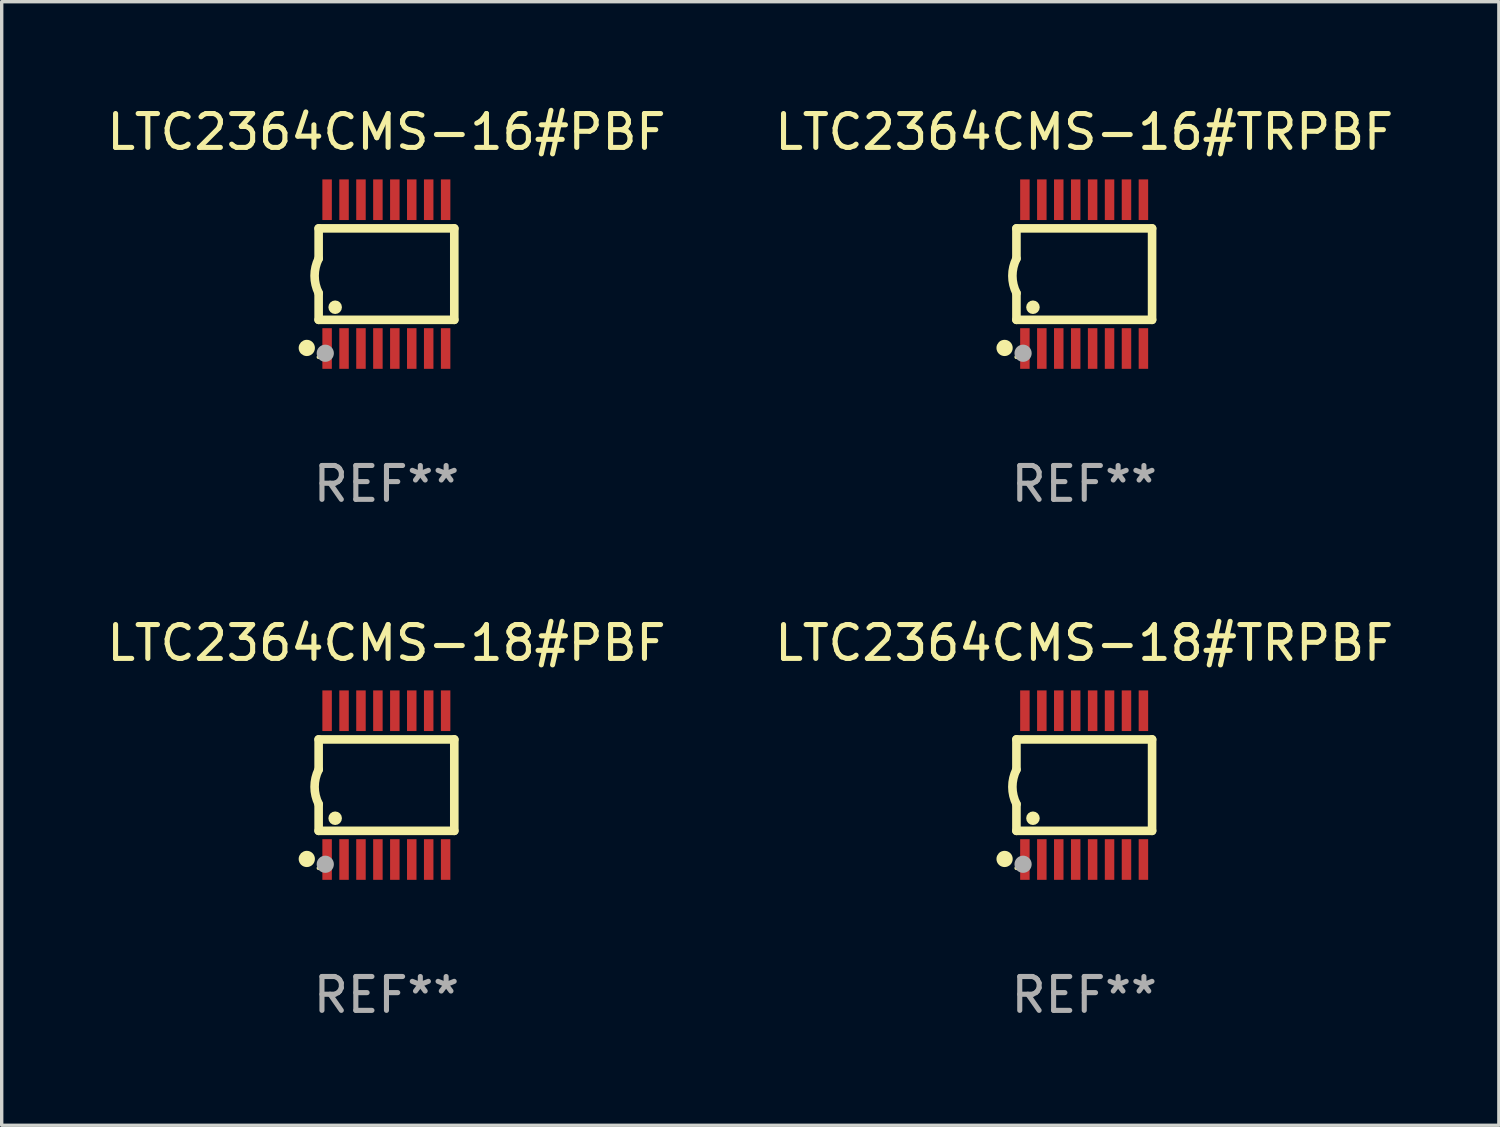
<source format=kicad_pcb>
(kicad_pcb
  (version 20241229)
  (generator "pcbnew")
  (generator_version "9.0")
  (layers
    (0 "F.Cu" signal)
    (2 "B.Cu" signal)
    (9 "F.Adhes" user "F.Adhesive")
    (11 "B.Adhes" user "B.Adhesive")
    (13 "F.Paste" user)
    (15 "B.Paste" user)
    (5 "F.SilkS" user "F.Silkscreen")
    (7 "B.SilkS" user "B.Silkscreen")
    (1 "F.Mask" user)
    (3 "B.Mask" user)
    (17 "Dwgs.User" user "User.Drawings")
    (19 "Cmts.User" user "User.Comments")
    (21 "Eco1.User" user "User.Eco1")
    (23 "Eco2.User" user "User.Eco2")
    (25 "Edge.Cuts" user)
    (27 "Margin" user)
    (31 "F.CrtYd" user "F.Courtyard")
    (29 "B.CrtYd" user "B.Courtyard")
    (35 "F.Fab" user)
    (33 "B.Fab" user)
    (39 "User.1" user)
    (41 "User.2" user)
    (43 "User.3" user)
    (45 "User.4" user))
  (footprint "LTC2364CMS-18#PBF"
    (layer "F.Cu")
    (at 8.363 20.136)
    (property "Reference" "LTC2364CMS-18#PBF" (at 0 -4.197 0) (layer "F.SilkS") (effects (font (size 1 1) (thickness 0.15))))
    (attr through_hole)
    (fp_line (start -2.003 -1.35) (end -2.003 -0.457) (stroke (width 0.254) (type solid)) (layer "F.SilkS"))
    (fp_line (start -2.003 -1.35) (end 2.003 -1.35) (stroke (width 0.254) (type solid)) (layer "F.SilkS"))
    (fp_line (start -2.003 1.35) (end -2.003 0.559) (stroke (width 0.254) (type solid)) (layer "F.SilkS"))
    (fp_line (start -2.003 1.35) (end 2.003 1.35) (stroke (width 0.254) (type solid)) (layer "F.SilkS"))
    (fp_line (start 2.003 -1.35) (end 2.003 1.35) (stroke (width 0.254) (type solid)) (layer "F.SilkS"))
    (fp_arc (start -2.002286 0.558802) (mid -2.122556 0.05092) (end -2.003302 -0.457201) (stroke (width 0.254001) (type solid)) (layer "F.SilkS"))
    (fp_circle (center -2.353 2.18) (end -2.233 2.18) (stroke (width 0.24) (type solid)) (fill no) (layer "F.SilkS"))
    (fp_circle (center -2.003 2.45) (end -1.973 2.45) (stroke (width 0.06) (type solid)) (fill no) (layer "F.SilkS"))
    (fp_circle (center -1.515 0.978) (end -1.415 0.978) (stroke (width 0.2) (type solid)) (fill no) (layer "F.SilkS"))
    (fp_circle (center -1.807 2.337) (end -1.68 2.337) (stroke (width 0.254) (type solid)) (fill no) (layer "F.Fab"))
    (fp_text user "REF**" (at 0 6.197 0) (layer "F.Fab") (effects (font (size 1 1) (thickness 0.15))))
    (pad "1" smd rect (at -1.753 2.197 90) (size 1.2 0.28) (layers "F.Cu" "F.Mask" "F.Paste"))
    (pad "2" smd rect (at -1.253 2.197 90) (size 1.2 0.28) (layers "F.Cu" "F.Mask" "F.Paste"))
    (pad "3" smd rect (at -0.753 2.197 90) (size 1.2 0.28) (layers "F.Cu" "F.Mask" "F.Paste"))
    (pad "4" smd rect (at -0.253 2.197 90) (size 1.2 0.28) (layers "F.Cu" "F.Mask" "F.Paste"))
    (pad "5" smd rect (at 0.247 2.197 90) (size 1.2 0.28) (layers "F.Cu" "F.Mask" "F.Paste"))
    (pad "6" smd rect (at 0.747 2.197 90) (size 1.2 0.28) (layers "F.Cu" "F.Mask" "F.Paste"))
    (pad "7" smd rect (at 1.247 2.197 90) (size 1.2 0.28) (layers "F.Cu" "F.Mask" "F.Paste"))
    (pad "8" smd rect (at 1.747 2.197 90) (size 1.2 0.28) (layers "F.Cu" "F.Mask" "F.Paste"))
    (pad "9" smd rect (at 1.747 -2.197 90) (size 1.2 0.28) (layers "F.Cu" "F.Mask" "F.Paste"))
    (pad "10" smd rect (at 1.247 -2.197 90) (size 1.2 0.28) (layers "F.Cu" "F.Mask" "F.Paste"))
    (pad "11" smd rect (at 0.747 -2.197 90) (size 1.2 0.28) (layers "F.Cu" "F.Mask" "F.Paste"))
    (pad "12" smd rect (at 0.247 -2.197 90) (size 1.2 0.28) (layers "F.Cu" "F.Mask" "F.Paste"))
    (pad "13" smd rect (at -0.253 -2.197 90) (size 1.2 0.28) (layers "F.Cu" "F.Mask" "F.Paste"))
    (pad "14" smd rect (at -0.753 -2.197 90) (size 1.2 0.28) (layers "F.Cu" "F.Mask" "F.Paste"))
    (pad "15" smd rect (at -1.253 -2.197 90) (size 1.2 0.28) (layers "F.Cu" "F.Mask" "F.Paste"))
    (pad "16" smd rect (at -1.753 -2.197 90) (size 1.2 0.28) (layers "F.Cu" "F.Mask" "F.Paste")))
  (footprint "LTC2364CMS-16#PBF"
    (layer "F.Cu")
    (at 8.363 5.045)
    (property "Reference" "LTC2364CMS-16#PBF" (at 0 -4.197 0) (layer "F.SilkS") (effects (font (size 1 1) (thickness 0.15))))
    (attr through_hole)
    (fp_line (start -2.003 -1.35) (end -2.003 -0.457) (stroke (width 0.254) (type solid)) (layer "F.SilkS"))
    (fp_line (start -2.003 -1.35) (end 2.003 -1.35) (stroke (width 0.254) (type solid)) (layer "F.SilkS"))
    (fp_line (start -2.003 1.35) (end -2.003 0.559) (stroke (width 0.254) (type solid)) (layer "F.SilkS"))
    (fp_line (start -2.003 1.35) (end 2.003 1.35) (stroke (width 0.254) (type solid)) (layer "F.SilkS"))
    (fp_line (start 2.003 -1.35) (end 2.003 1.35) (stroke (width 0.254) (type solid)) (layer "F.SilkS"))
    (fp_arc (start -2.002286 0.558802) (mid -2.122556 0.05092) (end -2.003302 -0.457201) (stroke (width 0.254001) (type solid)) (layer "F.SilkS"))
    (fp_circle (center -2.353 2.18) (end -2.233 2.18) (stroke (width 0.24) (type solid)) (fill no) (layer "F.SilkS"))
    (fp_circle (center -2.003 2.45) (end -1.973 2.45) (stroke (width 0.06) (type solid)) (fill no) (layer "F.SilkS"))
    (fp_circle (center -1.515 0.978) (end -1.415 0.978) (stroke (width 0.2) (type solid)) (fill no) (layer "F.SilkS"))
    (fp_circle (center -1.807 2.337) (end -1.68 2.337) (stroke (width 0.254) (type solid)) (fill no) (layer "F.Fab"))
    (fp_text user "REF**" (at 0 6.197 0) (layer "F.Fab") (effects (font (size 1 1) (thickness 0.15))))
    (pad "1" smd rect (at -1.753 2.197 90) (size 1.2 0.28) (layers "F.Cu" "F.Mask" "F.Paste"))
    (pad "2" smd rect (at -1.253 2.197 90) (size 1.2 0.28) (layers "F.Cu" "F.Mask" "F.Paste"))
    (pad "3" smd rect (at -0.753 2.197 90) (size 1.2 0.28) (layers "F.Cu" "F.Mask" "F.Paste"))
    (pad "4" smd rect (at -0.253 2.197 90) (size 1.2 0.28) (layers "F.Cu" "F.Mask" "F.Paste"))
    (pad "5" smd rect (at 0.247 2.197 90) (size 1.2 0.28) (layers "F.Cu" "F.Mask" "F.Paste"))
    (pad "6" smd rect (at 0.747 2.197 90) (size 1.2 0.28) (layers "F.Cu" "F.Mask" "F.Paste"))
    (pad "7" smd rect (at 1.247 2.197 90) (size 1.2 0.28) (layers "F.Cu" "F.Mask" "F.Paste"))
    (pad "8" smd rect (at 1.747 2.197 90) (size 1.2 0.28) (layers "F.Cu" "F.Mask" "F.Paste"))
    (pad "9" smd rect (at 1.747 -2.197 90) (size 1.2 0.28) (layers "F.Cu" "F.Mask" "F.Paste"))
    (pad "10" smd rect (at 1.247 -2.197 90) (size 1.2 0.28) (layers "F.Cu" "F.Mask" "F.Paste"))
    (pad "11" smd rect (at 0.747 -2.197 90) (size 1.2 0.28) (layers "F.Cu" "F.Mask" "F.Paste"))
    (pad "12" smd rect (at 0.247 -2.197 90) (size 1.2 0.28) (layers "F.Cu" "F.Mask" "F.Paste"))
    (pad "13" smd rect (at -0.253 -2.197 90) (size 1.2 0.28) (layers "F.Cu" "F.Mask" "F.Paste"))
    (pad "14" smd rect (at -0.753 -2.197 90) (size 1.2 0.28) (layers "F.Cu" "F.Mask" "F.Paste"))
    (pad "15" smd rect (at -1.253 -2.197 90) (size 1.2 0.28) (layers "F.Cu" "F.Mask" "F.Paste"))
    (pad "16" smd rect (at -1.753 -2.197 90) (size 1.2 0.28) (layers "F.Cu" "F.Mask" "F.Paste")))
  (footprint "LTC2364CMS-18#TRPBF"
    (layer "F.Cu")
    (at 28.97 20.136)
    (property "Reference" "LTC2364CMS-18#TRPBF" (at 0 -4.197 0) (layer "F.SilkS") (effects (font (size 1 1) (thickness 0.15))))
    (attr through_hole)
    (fp_line (start -2.003 -1.35) (end -2.003 -0.457) (stroke (width 0.254) (type solid)) (layer "F.SilkS"))
    (fp_line (start -2.003 -1.35) (end 2.003 -1.35) (stroke (width 0.254) (type solid)) (layer "F.SilkS"))
    (fp_line (start -2.003 1.35) (end -2.003 0.559) (stroke (width 0.254) (type solid)) (layer "F.SilkS"))
    (fp_line (start -2.003 1.35) (end 2.003 1.35) (stroke (width 0.254) (type solid)) (layer "F.SilkS"))
    (fp_line (start 2.003 -1.35) (end 2.003 1.35) (stroke (width 0.254) (type solid)) (layer "F.SilkS"))
    (fp_arc (start -2.002286 0.558802) (mid -2.122556 0.05092) (end -2.003302 -0.457201) (stroke (width 0.254001) (type solid)) (layer "F.SilkS"))
    (fp_circle (center -2.353 2.18) (end -2.233 2.18) (stroke (width 0.24) (type solid)) (fill no) (layer "F.SilkS"))
    (fp_circle (center -2.003 2.45) (end -1.973 2.45) (stroke (width 0.06) (type solid)) (fill no) (layer "F.SilkS"))
    (fp_circle (center -1.515 0.978) (end -1.415 0.978) (stroke (width 0.2) (type solid)) (fill no) (layer "F.SilkS"))
    (fp_circle (center -1.807 2.337) (end -1.68 2.337) (stroke (width 0.254) (type solid)) (fill no) (layer "F.Fab"))
    (fp_text user "REF**" (at 0 6.197 0) (layer "F.Fab") (effects (font (size 1 1) (thickness 0.15))))
    (pad "1" smd rect (at -1.753 2.197 90) (size 1.2 0.28) (layers "F.Cu" "F.Mask" "F.Paste"))
    (pad "2" smd rect (at -1.253 2.197 90) (size 1.2 0.28) (layers "F.Cu" "F.Mask" "F.Paste"))
    (pad "3" smd rect (at -0.753 2.197 90) (size 1.2 0.28) (layers "F.Cu" "F.Mask" "F.Paste"))
    (pad "4" smd rect (at -0.253 2.197 90) (size 1.2 0.28) (layers "F.Cu" "F.Mask" "F.Paste"))
    (pad "5" smd rect (at 0.247 2.197 90) (size 1.2 0.28) (layers "F.Cu" "F.Mask" "F.Paste"))
    (pad "6" smd rect (at 0.747 2.197 90) (size 1.2 0.28) (layers "F.Cu" "F.Mask" "F.Paste"))
    (pad "7" smd rect (at 1.247 2.197 90) (size 1.2 0.28) (layers "F.Cu" "F.Mask" "F.Paste"))
    (pad "8" smd rect (at 1.747 2.197 90) (size 1.2 0.28) (layers "F.Cu" "F.Mask" "F.Paste"))
    (pad "9" smd rect (at 1.747 -2.197 90) (size 1.2 0.28) (layers "F.Cu" "F.Mask" "F.Paste"))
    (pad "10" smd rect (at 1.247 -2.197 90) (size 1.2 0.28) (layers "F.Cu" "F.Mask" "F.Paste"))
    (pad "11" smd rect (at 0.747 -2.197 90) (size 1.2 0.28) (layers "F.Cu" "F.Mask" "F.Paste"))
    (pad "12" smd rect (at 0.247 -2.197 90) (size 1.2 0.28) (layers "F.Cu" "F.Mask" "F.Paste"))
    (pad "13" smd rect (at -0.253 -2.197 90) (size 1.2 0.28) (layers "F.Cu" "F.Mask" "F.Paste"))
    (pad "14" smd rect (at -0.753 -2.197 90) (size 1.2 0.28) (layers "F.Cu" "F.Mask" "F.Paste"))
    (pad "15" smd rect (at -1.253 -2.197 90) (size 1.2 0.28) (layers "F.Cu" "F.Mask" "F.Paste"))
    (pad "16" smd rect (at -1.753 -2.197 90) (size 1.2 0.28) (layers "F.Cu" "F.Mask" "F.Paste")))
  (footprint "LTC2364CMS-16#TRPBF"
    (layer "F.Cu")
    (at 28.97 5.045)
    (property "Reference" "LTC2364CMS-16#TRPBF" (at 0 -4.197 0) (layer "F.SilkS") (effects (font (size 1 1) (thickness 0.15))))
    (attr through_hole)
    (fp_line (start -2.003 -1.35) (end -2.003 -0.457) (stroke (width 0.254) (type solid)) (layer "F.SilkS"))
    (fp_line (start -2.003 -1.35) (end 2.003 -1.35) (stroke (width 0.254) (type solid)) (layer "F.SilkS"))
    (fp_line (start -2.003 1.35) (end -2.003 0.559) (stroke (width 0.254) (type solid)) (layer "F.SilkS"))
    (fp_line (start -2.003 1.35) (end 2.003 1.35) (stroke (width 0.254) (type solid)) (layer "F.SilkS"))
    (fp_line (start 2.003 -1.35) (end 2.003 1.35) (stroke (width 0.254) (type solid)) (layer "F.SilkS"))
    (fp_arc (start -2.002286 0.558802) (mid -2.122556 0.05092) (end -2.003302 -0.457201) (stroke (width 0.254001) (type solid)) (layer "F.SilkS"))
    (fp_circle (center -2.353 2.18) (end -2.233 2.18) (stroke (width 0.24) (type solid)) (fill no) (layer "F.SilkS"))
    (fp_circle (center -2.003 2.45) (end -1.973 2.45) (stroke (width 0.06) (type solid)) (fill no) (layer "F.SilkS"))
    (fp_circle (center -1.515 0.978) (end -1.415 0.978) (stroke (width 0.2) (type solid)) (fill no) (layer "F.SilkS"))
    (fp_circle (center -1.807 2.337) (end -1.68 2.337) (stroke (width 0.254) (type solid)) (fill no) (layer "F.Fab"))
    (fp_text user "REF**" (at 0 6.197 0) (layer "F.Fab") (effects (font (size 1 1) (thickness 0.15))))
    (pad "1" smd rect (at -1.753 2.197 90) (size 1.2 0.28) (layers "F.Cu" "F.Mask" "F.Paste"))
    (pad "2" smd rect (at -1.253 2.197 90) (size 1.2 0.28) (layers "F.Cu" "F.Mask" "F.Paste"))
    (pad "3" smd rect (at -0.753 2.197 90) (size 1.2 0.28) (layers "F.Cu" "F.Mask" "F.Paste"))
    (pad "4" smd rect (at -0.253 2.197 90) (size 1.2 0.28) (layers "F.Cu" "F.Mask" "F.Paste"))
    (pad "5" smd rect (at 0.247 2.197 90) (size 1.2 0.28) (layers "F.Cu" "F.Mask" "F.Paste"))
    (pad "6" smd rect (at 0.747 2.197 90) (size 1.2 0.28) (layers "F.Cu" "F.Mask" "F.Paste"))
    (pad "7" smd rect (at 1.247 2.197 90) (size 1.2 0.28) (layers "F.Cu" "F.Mask" "F.Paste"))
    (pad "8" smd rect (at 1.747 2.197 90) (size 1.2 0.28) (layers "F.Cu" "F.Mask" "F.Paste"))
    (pad "9" smd rect (at 1.747 -2.197 90) (size 1.2 0.28) (layers "F.Cu" "F.Mask" "F.Paste"))
    (pad "10" smd rect (at 1.247 -2.197 90) (size 1.2 0.28) (layers "F.Cu" "F.Mask" "F.Paste"))
    (pad "11" smd rect (at 0.747 -2.197 90) (size 1.2 0.28) (layers "F.Cu" "F.Mask" "F.Paste"))
    (pad "12" smd rect (at 0.247 -2.197 90) (size 1.2 0.28) (layers "F.Cu" "F.Mask" "F.Paste"))
    (pad "13" smd rect (at -0.253 -2.197 90) (size 1.2 0.28) (layers "F.Cu" "F.Mask" "F.Paste"))
    (pad "14" smd rect (at -0.753 -2.197 90) (size 1.2 0.28) (layers "F.Cu" "F.Mask" "F.Paste"))
    (pad "15" smd rect (at -1.253 -2.197 90) (size 1.2 0.28) (layers "F.Cu" "F.Mask" "F.Paste"))
    (pad "16" smd rect (at -1.753 -2.197 90) (size 1.2 0.28) (layers "F.Cu" "F.Mask" "F.Paste")))
  (gr_rect
    (start -3 -3)
    (end 41.214 30.181)
    (stroke (width 0.1) (type default))
    (fill no)
    (layer "Edge.Cuts")))
</source>
